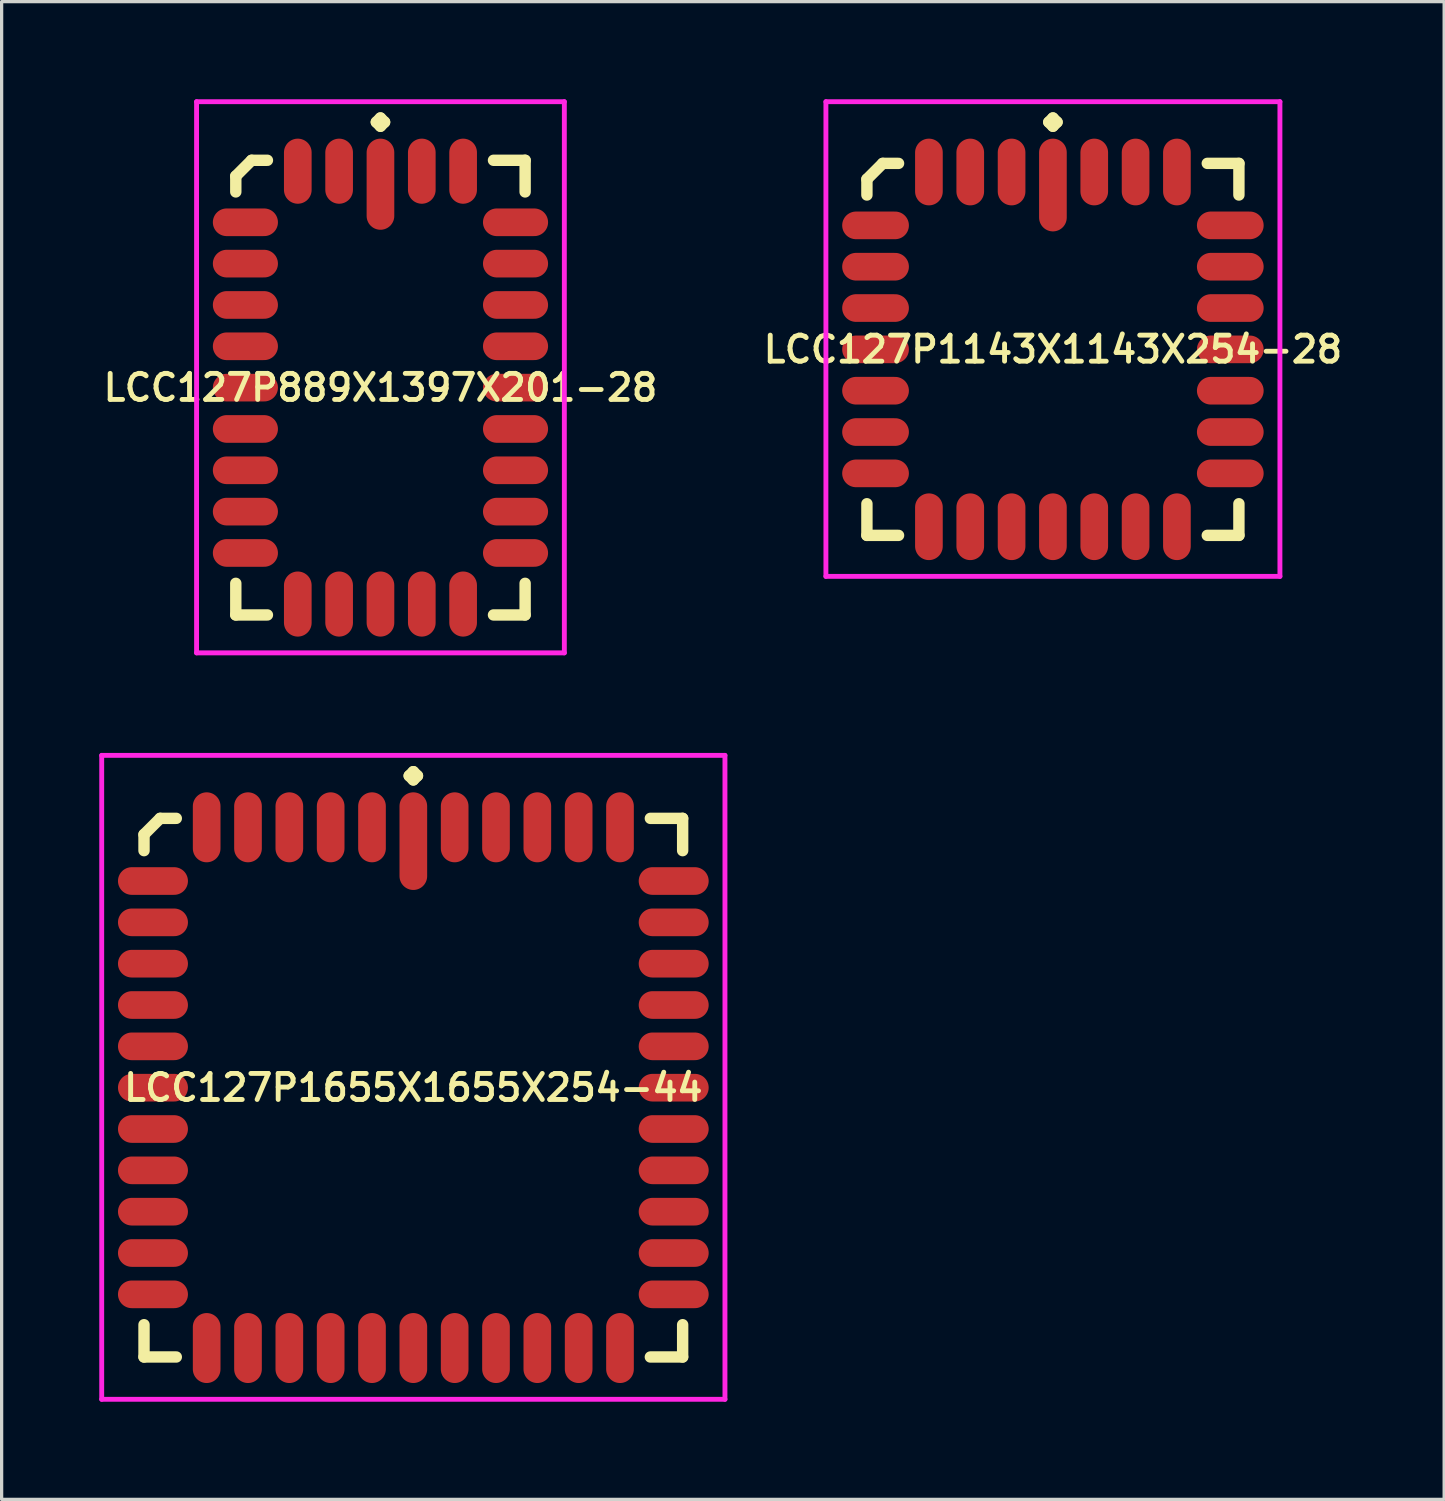
<source format=kicad_pcb>
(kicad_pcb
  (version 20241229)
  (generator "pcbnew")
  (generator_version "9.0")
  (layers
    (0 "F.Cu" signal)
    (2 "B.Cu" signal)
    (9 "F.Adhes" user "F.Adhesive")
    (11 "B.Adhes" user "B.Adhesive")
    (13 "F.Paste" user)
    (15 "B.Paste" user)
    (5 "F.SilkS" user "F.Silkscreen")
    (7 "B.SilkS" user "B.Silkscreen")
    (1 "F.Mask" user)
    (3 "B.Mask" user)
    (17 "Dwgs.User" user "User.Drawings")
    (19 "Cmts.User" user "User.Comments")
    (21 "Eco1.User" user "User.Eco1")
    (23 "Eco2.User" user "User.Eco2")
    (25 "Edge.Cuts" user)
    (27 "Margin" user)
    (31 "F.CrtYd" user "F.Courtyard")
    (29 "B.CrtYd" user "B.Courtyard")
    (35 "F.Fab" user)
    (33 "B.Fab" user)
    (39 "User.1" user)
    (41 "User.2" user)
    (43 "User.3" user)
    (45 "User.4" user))
  (footprint "LCC127P889X1397X201-28"
    (layer "F.Cu")
    (at 8.64 8.86)
    (property "Reference" "LCC127P889X1397X201-28" (at 0 0 0) (layer "F.SilkS") (effects (font (size 0.8 0.8) (thickness 0.15))))
    (attr through_hole)
    (fp_line (start -4.445 -6.499) (end -3.959 -6.985) (stroke (width 0.35) (type solid)) (layer "F.SilkS"))
    (fp_line (start -4.445 -6.013) (end -4.445 -6.499) (stroke (width 0.35) (type solid)) (layer "F.SilkS"))
    (fp_line (start -4.445 6.013) (end -4.445 6.985) (stroke (width 0.35) (type solid)) (layer "F.SilkS"))
    (fp_line (start -4.445 6.985) (end -3.473 6.985) (stroke (width 0.35) (type solid)) (layer "F.SilkS"))
    (fp_line (start -3.959 -6.985) (end -3.473 -6.985) (stroke (width 0.35) (type solid)) (layer "F.SilkS"))
    (fp_line (start -0.127 -8.158) (end 0 -8.285) (stroke (width 0.35) (type solid)) (layer "F.SilkS"))
    (fp_line (start 0 -8.285) (end 0.127 -8.158) (stroke (width 0.35) (type solid)) (layer "F.SilkS"))
    (fp_line (start 0 -8.031) (end -0.127 -8.158) (stroke (width 0.35) (type solid)) (layer "F.SilkS"))
    (fp_line (start 0.127 -8.158) (end 0 -8.031) (stroke (width 0.35) (type solid)) (layer "F.SilkS"))
    (fp_line (start 4.445 -6.985) (end 3.473 -6.985) (stroke (width 0.35) (type solid)) (layer "F.SilkS"))
    (fp_line (start 4.445 -6.013) (end 4.445 -6.985) (stroke (width 0.35) (type solid)) (layer "F.SilkS"))
    (fp_line (start 4.445 6.013) (end 4.445 6.985) (stroke (width 0.35) (type solid)) (layer "F.SilkS"))
    (fp_line (start 4.445 6.985) (end 3.473 6.985) (stroke (width 0.35) (type solid)) (layer "F.SilkS"))
    (fp_line (start -5.65 -8.785) (end 5.65 -8.785) (stroke (width 0.15) (type solid)) (layer "F.CrtYd"))
    (fp_line (start -5.65 8.15) (end -5.65 -8.785) (stroke (width 0.15) (type solid)) (layer "F.CrtYd"))
    (fp_line (start 5.65 -8.785) (end 5.65 8.15) (stroke (width 0.15) (type solid)) (layer "F.CrtYd"))
    (fp_line (start 5.65 8.15) (end -5.65 8.15) (stroke (width 0.15) (type solid)) (layer "F.CrtYd"))
    (pad "1" smd oval (at 0 -6.25) (size 0.85 2.8) (layers "F.Cu" "F.Mask" "F.Paste"))
    (pad "2" smd oval (at -1.27 -6.65) (size 0.85 2) (layers "F.Cu" "F.Mask" "F.Paste"))
    (pad "3" smd oval (at -2.54 -6.65) (size 0.85 2) (layers "F.Cu" "F.Mask" "F.Paste"))
    (pad "4" smd oval (at -4.15 -5.08) (size 2 0.85) (layers "F.Cu" "F.Mask" "F.Paste"))
    (pad "5" smd oval (at -4.15 -3.81) (size 2 0.85) (layers "F.Cu" "F.Mask" "F.Paste"))
    (pad "6" smd oval (at -4.15 -2.54) (size 2 0.85) (layers "F.Cu" "F.Mask" "F.Paste"))
    (pad "7" smd oval (at -4.15 -1.27) (size 2 0.85) (layers "F.Cu" "F.Mask" "F.Paste"))
    (pad "8" smd oval (at -4.15 0) (size 2 0.85) (layers "F.Cu" "F.Mask" "F.Paste"))
    (pad "9" smd oval (at -4.15 1.27) (size 2 0.85) (layers "F.Cu" "F.Mask" "F.Paste"))
    (pad "10" smd oval (at -4.15 2.54) (size 2 0.85) (layers "F.Cu" "F.Mask" "F.Paste"))
    (pad "11" smd oval (at -4.15 3.81) (size 2 0.85) (layers "F.Cu" "F.Mask" "F.Paste"))
    (pad "12" smd oval (at -4.15 5.08) (size 2 0.85) (layers "F.Cu" "F.Mask" "F.Paste"))
    (pad "13" smd oval (at -2.54 6.65) (size 0.85 2) (layers "F.Cu" "F.Mask" "F.Paste"))
    (pad "14" smd oval (at -1.27 6.65) (size 0.85 2) (layers "F.Cu" "F.Mask" "F.Paste"))
    (pad "15" smd oval (at 0 6.65) (size 0.85 2) (layers "F.Cu" "F.Mask" "F.Paste"))
    (pad "16" smd oval (at 1.27 6.65) (size 0.85 2) (layers "F.Cu" "F.Mask" "F.Paste"))
    (pad "17" smd oval (at 2.54 6.65) (size 0.85 2) (layers "F.Cu" "F.Mask" "F.Paste"))
    (pad "18" smd oval (at 4.15 5.08) (size 2 0.85) (layers "F.Cu" "F.Mask" "F.Paste"))
    (pad "19" smd oval (at 4.15 3.81) (size 2 0.85) (layers "F.Cu" "F.Mask" "F.Paste"))
    (pad "20" smd oval (at 4.15 2.54) (size 2 0.85) (layers "F.Cu" "F.Mask" "F.Paste"))
    (pad "21" smd oval (at 4.15 1.27) (size 2 0.85) (layers "F.Cu" "F.Mask" "F.Paste"))
    (pad "22" smd oval (at 4.15 0) (size 2 0.85) (layers "F.Cu" "F.Mask" "F.Paste"))
    (pad "23" smd oval (at 4.15 -1.27) (size 2 0.85) (layers "F.Cu" "F.Mask" "F.Paste"))
    (pad "24" smd oval (at 4.15 -2.54) (size 2 0.85) (layers "F.Cu" "F.Mask" "F.Paste"))
    (pad "25" smd oval (at 4.15 -3.81) (size 2 0.85) (layers "F.Cu" "F.Mask" "F.Paste"))
    (pad "26" smd oval (at 4.15 -5.08) (size 2 0.85) (layers "F.Cu" "F.Mask" "F.Paste"))
    (pad "27" smd oval (at 2.54 -6.65) (size 0.85 2) (layers "F.Cu" "F.Mask" "F.Paste"))
    (pad "28" smd oval (at 1.27 -6.65) (size 0.85 2) (layers "F.Cu" "F.Mask" "F.Paste")))
  (footprint "LCC127P1655X1655X254-44"
    (layer "F.Cu")
    (at 9.65 30.37)
    (property "Reference" "LCC127P1655X1655X254-44" (at 0 0 0) (layer "F.SilkS") (effects (font (size 0.8 0.8) (thickness 0.15))))
    (attr through_hole)
    (fp_line (start -8.275 -7.779) (end -7.779 -8.275) (stroke (width 0.35) (type solid)) (layer "F.SilkS"))
    (fp_line (start -8.275 -7.283) (end -8.275 -7.779) (stroke (width 0.35) (type solid)) (layer "F.SilkS"))
    (fp_line (start -8.275 7.283) (end -8.275 8.275) (stroke (width 0.35) (type solid)) (layer "F.SilkS"))
    (fp_line (start -8.275 8.275) (end -7.283 8.275) (stroke (width 0.35) (type solid)) (layer "F.SilkS"))
    (fp_line (start -7.779 -8.275) (end -7.283 -8.275) (stroke (width 0.35) (type solid)) (layer "F.SilkS"))
    (fp_line (start -0.127 -9.583) (end 0 -9.71) (stroke (width 0.35) (type solid)) (layer "F.SilkS"))
    (fp_line (start 0 -9.71) (end 0.127 -9.583) (stroke (width 0.35) (type solid)) (layer "F.SilkS"))
    (fp_line (start 0 -9.456) (end -0.127 -9.583) (stroke (width 0.35) (type solid)) (layer "F.SilkS"))
    (fp_line (start 0.127 -9.583) (end 0 -9.456) (stroke (width 0.35) (type solid)) (layer "F.SilkS"))
    (fp_line (start 8.275 -8.275) (end 7.283 -8.275) (stroke (width 0.35) (type solid)) (layer "F.SilkS"))
    (fp_line (start 8.275 -7.283) (end 8.275 -8.275) (stroke (width 0.35) (type solid)) (layer "F.SilkS"))
    (fp_line (start 8.275 7.283) (end 8.275 8.275) (stroke (width 0.35) (type solid)) (layer "F.SilkS"))
    (fp_line (start 8.275 8.275) (end 7.283 8.275) (stroke (width 0.35) (type solid)) (layer "F.SilkS"))
    (fp_line (start -9.575 -10.21) (end 9.575 -10.21) (stroke (width 0.15) (type solid)) (layer "F.CrtYd"))
    (fp_line (start -9.575 9.575) (end -9.575 -10.21) (stroke (width 0.15) (type solid)) (layer "F.CrtYd"))
    (fp_line (start 9.575 -10.21) (end 9.575 9.575) (stroke (width 0.15) (type solid)) (layer "F.CrtYd"))
    (fp_line (start 9.575 9.575) (end -9.575 9.575) (stroke (width 0.15) (type solid)) (layer "F.CrtYd"))
    (pad "1" smd oval (at 0 -7.575) (size 0.85 3) (layers "F.Cu" "F.Mask" "F.Paste"))
    (pad "2" smd oval (at -1.27 -8) (size 0.85 2.15) (layers "F.Cu" "F.Mask" "F.Paste"))
    (pad "3" smd oval (at -2.54 -8) (size 0.85 2.15) (layers "F.Cu" "F.Mask" "F.Paste"))
    (pad "4" smd oval (at -3.81 -8) (size 0.85 2.15) (layers "F.Cu" "F.Mask" "F.Paste"))
    (pad "5" smd oval (at -5.08 -8) (size 0.85 2.15) (layers "F.Cu" "F.Mask" "F.Paste"))
    (pad "6" smd oval (at -6.35 -8) (size 0.85 2.15) (layers "F.Cu" "F.Mask" "F.Paste"))
    (pad "7" smd oval (at -8 -6.35) (size 2.15 0.85) (layers "F.Cu" "F.Mask" "F.Paste"))
    (pad "8" smd oval (at -8 -5.08) (size 2.15 0.85) (layers "F.Cu" "F.Mask" "F.Paste"))
    (pad "9" smd oval (at -8 -3.81) (size 2.15 0.85) (layers "F.Cu" "F.Mask" "F.Paste"))
    (pad "10" smd oval (at -8 -2.54) (size 2.15 0.85) (layers "F.Cu" "F.Mask" "F.Paste"))
    (pad "11" smd oval (at -8 -1.27) (size 2.15 0.85) (layers "F.Cu" "F.Mask" "F.Paste"))
    (pad "12" smd oval (at -8 0) (size 2.15 0.85) (layers "F.Cu" "F.Mask" "F.Paste"))
    (pad "13" smd oval (at -8 1.27) (size 2.15 0.85) (layers "F.Cu" "F.Mask" "F.Paste"))
    (pad "14" smd oval (at -8 2.54) (size 2.15 0.85) (layers "F.Cu" "F.Mask" "F.Paste"))
    (pad "15" smd oval (at -8 3.81) (size 2.15 0.85) (layers "F.Cu" "F.Mask" "F.Paste"))
    (pad "16" smd oval (at -8 5.08) (size 2.15 0.85) (layers "F.Cu" "F.Mask" "F.Paste"))
    (pad "17" smd oval (at -8 6.35) (size 2.15 0.85) (layers "F.Cu" "F.Mask" "F.Paste"))
    (pad "18" smd oval (at -6.35 8) (size 0.85 2.15) (layers "F.Cu" "F.Mask" "F.Paste"))
    (pad "19" smd oval (at -5.08 8) (size 0.85 2.15) (layers "F.Cu" "F.Mask" "F.Paste"))
    (pad "20" smd oval (at -3.81 8) (size 0.85 2.15) (layers "F.Cu" "F.Mask" "F.Paste"))
    (pad "21" smd oval (at -2.54 8) (size 0.85 2.15) (layers "F.Cu" "F.Mask" "F.Paste"))
    (pad "22" smd oval (at -1.27 8) (size 0.85 2.15) (layers "F.Cu" "F.Mask" "F.Paste"))
    (pad "23" smd oval (at 0 8) (size 0.85 2.15) (layers "F.Cu" "F.Mask" "F.Paste"))
    (pad "24" smd oval (at 1.27 8) (size 0.85 2.15) (layers "F.Cu" "F.Mask" "F.Paste"))
    (pad "25" smd oval (at 2.54 8) (size 0.85 2.15) (layers "F.Cu" "F.Mask" "F.Paste"))
    (pad "26" smd oval (at 3.81 8) (size 0.85 2.15) (layers "F.Cu" "F.Mask" "F.Paste"))
    (pad "27" smd oval (at 5.08 8) (size 0.85 2.15) (layers "F.Cu" "F.Mask" "F.Paste"))
    (pad "28" smd oval (at 6.35 8) (size 0.85 2.15) (layers "F.Cu" "F.Mask" "F.Paste"))
    (pad "29" smd oval (at 8 6.35) (size 2.15 0.85) (layers "F.Cu" "F.Mask" "F.Paste"))
    (pad "30" smd oval (at 8 5.08) (size 2.15 0.85) (layers "F.Cu" "F.Mask" "F.Paste"))
    (pad "31" smd oval (at 8 3.81) (size 2.15 0.85) (layers "F.Cu" "F.Mask" "F.Paste"))
    (pad "32" smd oval (at 8 2.54) (size 2.15 0.85) (layers "F.Cu" "F.Mask" "F.Paste"))
    (pad "33" smd oval (at 8 1.27) (size 2.15 0.85) (layers "F.Cu" "F.Mask" "F.Paste"))
    (pad "34" smd oval (at 8 0) (size 2.15 0.85) (layers "F.Cu" "F.Mask" "F.Paste"))
    (pad "35" smd oval (at 8 -1.27) (size 2.15 0.85) (layers "F.Cu" "F.Mask" "F.Paste"))
    (pad "36" smd oval (at 8 -2.54) (size 2.15 0.85) (layers "F.Cu" "F.Mask" "F.Paste"))
    (pad "37" smd oval (at 8 -3.81) (size 2.15 0.85) (layers "F.Cu" "F.Mask" "F.Paste"))
    (pad "38" smd oval (at 8 -5.08) (size 2.15 0.85) (layers "F.Cu" "F.Mask" "F.Paste"))
    (pad "39" smd oval (at 8 -6.35) (size 2.15 0.85) (layers "F.Cu" "F.Mask" "F.Paste"))
    (pad "40" smd oval (at 6.35 -8) (size 0.85 2.15) (layers "F.Cu" "F.Mask" "F.Paste"))
    (pad "41" smd oval (at 5.08 -8) (size 0.85 2.15) (layers "F.Cu" "F.Mask" "F.Paste"))
    (pad "42" smd oval (at 3.81 -8) (size 0.85 2.15) (layers "F.Cu" "F.Mask" "F.Paste"))
    (pad "43" smd oval (at 2.54 -8) (size 0.85 2.15) (layers "F.Cu" "F.Mask" "F.Paste"))
    (pad "44" smd oval (at 1.27 -8) (size 0.85 2.15) (layers "F.Cu" "F.Mask" "F.Paste")))
  (footprint "LCC127P1143X1143X254-28"
    (layer "F.Cu")
    (at 29.302 7.685)
    (property "Reference" "LCC127P1143X1143X254-28" (at 0 0 0) (layer "F.SilkS") (effects (font (size 0.8 0.8) (thickness 0.15))))
    (attr smd)
    (fp_line (start -5.715 -5.229) (end -5.229 -5.715) (stroke (width 0.35) (type solid)) (layer "F.SilkS"))
    (fp_line (start -5.715 -4.743) (end -5.715 -5.229) (stroke (width 0.35) (type solid)) (layer "F.SilkS"))
    (fp_line (start -5.715 4.743) (end -5.715 5.715) (stroke (width 0.35) (type solid)) (layer "F.SilkS"))
    (fp_line (start -5.715 5.715) (end -4.743 5.715) (stroke (width 0.35) (type solid)) (layer "F.SilkS"))
    (fp_line (start -5.229 -5.715) (end -4.743 -5.715) (stroke (width 0.35) (type solid)) (layer "F.SilkS"))
    (fp_line (start -0.127 -6.983) (end 0 -7.11) (stroke (width 0.35) (type solid)) (layer "F.SilkS"))
    (fp_line (start 0 -7.11) (end 0.127 -6.983) (stroke (width 0.35) (type solid)) (layer "F.SilkS"))
    (fp_line (start 0 -6.856) (end -0.127 -6.983) (stroke (width 0.35) (type solid)) (layer "F.SilkS"))
    (fp_line (start 0.127 -6.983) (end 0 -6.856) (stroke (width 0.35) (type solid)) (layer "F.SilkS"))
    (fp_line (start 5.715 -5.715) (end 4.743 -5.715) (stroke (width 0.35) (type solid)) (layer "F.SilkS"))
    (fp_line (start 5.715 -4.743) (end 5.715 -5.715) (stroke (width 0.35) (type solid)) (layer "F.SilkS"))
    (fp_line (start 5.715 4.743) (end 5.715 5.715) (stroke (width 0.35) (type solid)) (layer "F.SilkS"))
    (fp_line (start 5.715 5.715) (end 4.743 5.715) (stroke (width 0.35) (type solid)) (layer "F.SilkS"))
    (fp_line (start -6.975 -7.61) (end 6.975 -7.61) (stroke (width 0.15) (type solid)) (layer "F.CrtYd"))
    (fp_line (start -6.975 6.975) (end -6.975 -7.61) (stroke (width 0.15) (type solid)) (layer "F.CrtYd"))
    (fp_line (start 6.975 -7.61) (end 6.975 6.975) (stroke (width 0.15) (type solid)) (layer "F.CrtYd"))
    (fp_line (start 6.975 6.975) (end -6.975 6.975) (stroke (width 0.15) (type solid)) (layer "F.CrtYd"))
    (pad "1" smd oval (at 0 -5.05) (size 0.85 2.85) (layers "F.Cu" "F.Mask" "F.Paste"))
    (pad "2" smd oval (at -1.27 -5.45) (size 0.85 2.05) (layers "F.Cu" "F.Mask" "F.Paste"))
    (pad "3" smd oval (at -2.54 -5.45) (size 0.85 2.05) (layers "F.Cu" "F.Mask" "F.Paste"))
    (pad "4" smd oval (at -3.81 -5.45) (size 0.85 2.05) (layers "F.Cu" "F.Mask" "F.Paste"))
    (pad "5" smd oval (at -5.45 -3.81) (size 2.05 0.85) (layers "F.Cu" "F.Mask" "F.Paste"))
    (pad "6" smd oval (at -5.45 -2.54) (size 2.05 0.85) (layers "F.Cu" "F.Mask" "F.Paste"))
    (pad "7" smd oval (at -5.45 -1.27) (size 2.05 0.85) (layers "F.Cu" "F.Mask" "F.Paste"))
    (pad "8" smd oval (at -5.45 0) (size 2.05 0.85) (layers "F.Cu" "F.Mask" "F.Paste"))
    (pad "9" smd oval (at -5.45 1.27) (size 2.05 0.85) (layers "F.Cu" "F.Mask" "F.Paste"))
    (pad "10" smd oval (at -5.45 2.54) (size 2.05 0.85) (layers "F.Cu" "F.Mask" "F.Paste"))
    (pad "11" smd oval (at -5.45 3.81) (size 2.05 0.85) (layers "F.Cu" "F.Mask" "F.Paste"))
    (pad "12" smd oval (at -3.81 5.45) (size 0.85 2.05) (layers "F.Cu" "F.Mask" "F.Paste"))
    (pad "13" smd oval (at -2.54 5.45) (size 0.85 2.05) (layers "F.Cu" "F.Mask" "F.Paste"))
    (pad "14" smd oval (at -1.27 5.45) (size 0.85 2.05) (layers "F.Cu" "F.Mask" "F.Paste"))
    (pad "15" smd oval (at 0 5.45) (size 0.85 2.05) (layers "F.Cu" "F.Mask" "F.Paste"))
    (pad "16" smd oval (at 1.27 5.45) (size 0.85 2.05) (layers "F.Cu" "F.Mask" "F.Paste"))
    (pad "17" smd oval (at 2.54 5.45) (size 0.85 2.05) (layers "F.Cu" "F.Mask" "F.Paste"))
    (pad "18" smd oval (at 3.81 5.45) (size 0.85 2.05) (layers "F.Cu" "F.Mask" "F.Paste"))
    (pad "19" smd oval (at 5.45 3.81) (size 2.05 0.85) (layers "F.Cu" "F.Mask" "F.Paste"))
    (pad "20" smd oval (at 5.45 2.54) (size 2.05 0.85) (layers "F.Cu" "F.Mask" "F.Paste"))
    (pad "21" smd oval (at 5.45 1.27) (size 2.05 0.85) (layers "F.Cu" "F.Mask" "F.Paste"))
    (pad "22" smd oval (at 5.45 0) (size 2.05 0.85) (layers "F.Cu" "F.Mask" "F.Paste"))
    (pad "23" smd oval (at 5.45 -1.27) (size 2.05 0.85) (layers "F.Cu" "F.Mask" "F.Paste"))
    (pad "24" smd oval (at 5.45 -2.54) (size 2.05 0.85) (layers "F.Cu" "F.Mask" "F.Paste"))
    (pad "25" smd oval (at 5.45 -3.81) (size 2.05 0.85) (layers "F.Cu" "F.Mask" "F.Paste"))
    (pad "26" smd oval (at 3.81 -5.45) (size 0.85 2.05) (layers "F.Cu" "F.Mask" "F.Paste"))
    (pad "27" smd oval (at 2.54 -5.45) (size 0.85 2.05) (layers "F.Cu" "F.Mask" "F.Paste"))
    (pad "28" smd oval (at 1.27 -5.45) (size 0.85 2.05) (layers "F.Cu" "F.Mask" "F.Paste")))
  (gr_rect
    (start -3 -3)
    (end 41.323 43.02)
    (stroke (width 0.1) (type default))
    (fill no)
    (layer "Edge.Cuts")))
</source>
